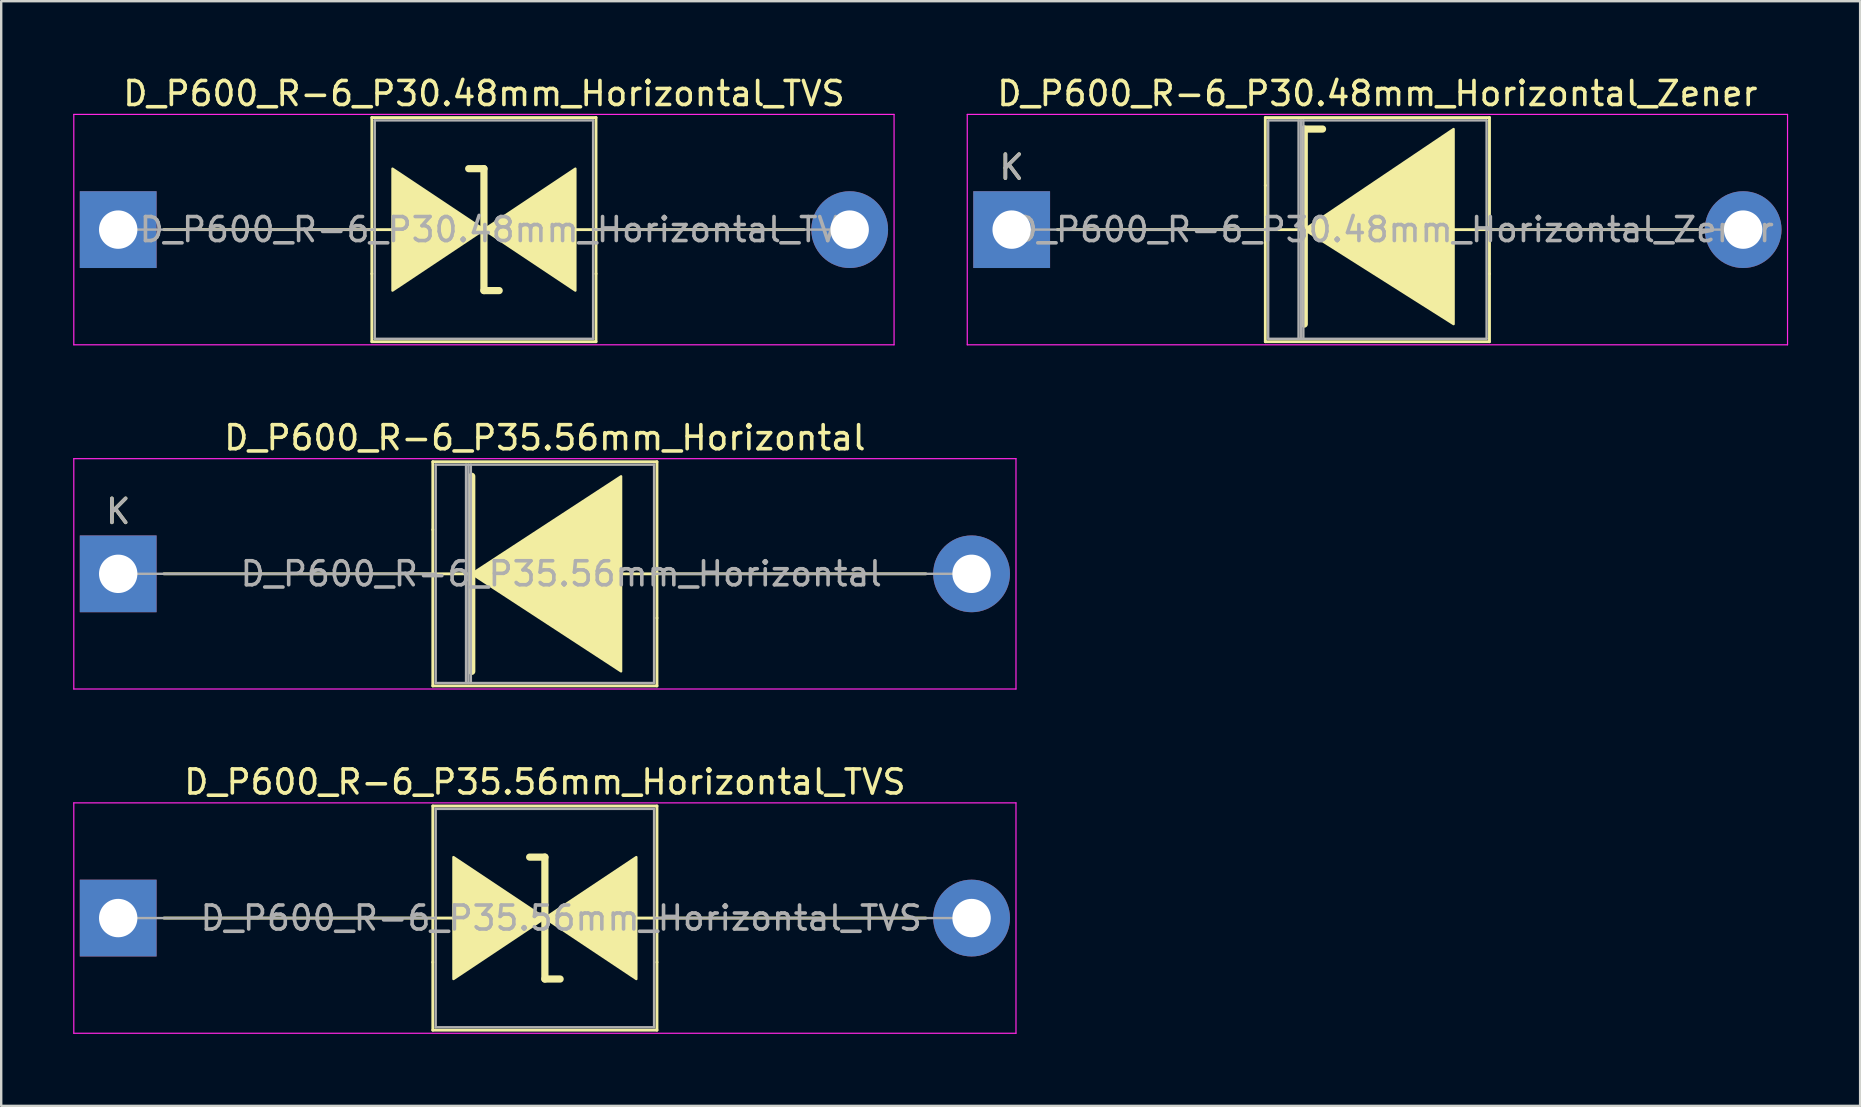
<source format=kicad_pcb>
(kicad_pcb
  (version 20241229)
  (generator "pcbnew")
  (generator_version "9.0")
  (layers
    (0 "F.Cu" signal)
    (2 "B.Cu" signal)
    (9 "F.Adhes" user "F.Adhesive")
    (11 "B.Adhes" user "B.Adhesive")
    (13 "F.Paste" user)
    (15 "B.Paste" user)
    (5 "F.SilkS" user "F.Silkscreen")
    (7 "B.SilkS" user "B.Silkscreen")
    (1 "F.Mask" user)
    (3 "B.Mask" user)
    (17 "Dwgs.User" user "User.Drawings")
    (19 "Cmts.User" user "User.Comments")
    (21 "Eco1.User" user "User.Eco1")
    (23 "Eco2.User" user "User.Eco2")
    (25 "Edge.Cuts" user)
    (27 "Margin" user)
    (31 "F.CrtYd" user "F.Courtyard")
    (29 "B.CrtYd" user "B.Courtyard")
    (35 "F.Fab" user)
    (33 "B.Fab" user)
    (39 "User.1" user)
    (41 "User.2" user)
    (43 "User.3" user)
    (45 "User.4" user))
  (footprint "D_P600_R-6_P30.48mm_Horizontal_TVS"
    (layer "F.Cu")
    (at 1.875 6.518)
    (property "Reference" "D_P600_R-6_P30.48mm_Horizontal_TVS" (at 15.24 -5.67 0) (layer "F.SilkS") (effects (font (size 1 1) (thickness 0.15))))
    (attr through_hole)
    (fp_line (start 1.905 0) (end 11.43 0) (stroke (width 0.12) (type solid)) (layer "F.SilkS"))
    (fp_line (start 10.57 -4.67) (end 19.91 -4.67) (stroke (width 0.12) (type solid)) (layer "F.SilkS"))
    (fp_line (start 10.57 1.84) (end 10.57 -4.67) (stroke (width 0.12) (type solid)) (layer "F.SilkS"))
    (fp_line (start 10.57 1.84) (end 10.57 4.67) (stroke (width 0.12) (type solid)) (layer "F.SilkS"))
    (fp_line (start 10.57 4.67) (end 19.91 4.67) (stroke (width 0.12) (type solid)) (layer "F.SilkS"))
    (fp_line (start 15.24 -2.54) (end 14.605 -2.54) (stroke (width 0.3) (type solid)) (layer "F.SilkS"))
    (fp_line (start 15.24 2.54) (end 15.24 -2.54) (stroke (width 0.3) (type solid)) (layer "F.SilkS"))
    (fp_line (start 15.875 2.54) (end 15.24 2.54) (stroke (width 0.3) (type solid)) (layer "F.SilkS"))
    (fp_line (start 19.91 -4.67) (end 19.91 1.84) (stroke (width 0.12) (type solid)) (layer "F.SilkS"))
    (fp_line (start 19.91 4.67) (end 19.91 1.84) (stroke (width 0.12) (type solid)) (layer "F.SilkS"))
    (fp_line (start 28.575 0) (end 19.05 0) (stroke (width 0.12) (type solid)) (layer "F.SilkS"))
    (fp_poly (pts (xy 15.24 0) (xy 11.43 2.54) (xy 11.43 -2.54)) (stroke (width 0.1) (type solid)) (fill yes) (layer "F.SilkS"))
    (fp_poly (pts (xy 15.24 0) (xy 19.05 -2.54) (xy 19.05 2.54)) (stroke (width 0.1) (type solid)) (fill yes) (layer "F.SilkS"))
    (fp_line (start -1.85 -4.8) (end -1.85 4.8) (stroke (width 0.05) (type solid)) (layer "F.CrtYd"))
    (fp_line (start -1.85 4.8) (end 32.33 4.8) (stroke (width 0.05) (type solid)) (layer "F.CrtYd"))
    (fp_line (start 32.33 -4.8) (end -1.85 -4.8) (stroke (width 0.05) (type solid)) (layer "F.CrtYd"))
    (fp_line (start 32.33 4.8) (end 32.33 -4.8) (stroke (width 0.05) (type solid)) (layer "F.CrtYd"))
    (fp_line (start 0 0) (end 10.69 0) (stroke (width 0.1) (type solid)) (layer "F.Fab"))
    (fp_line (start 10.69 -4.55) (end 10.69 4.55) (stroke (width 0.1) (type solid)) (layer "F.Fab"))
    (fp_line (start 10.69 4.55) (end 19.79 4.55) (stroke (width 0.1) (type solid)) (layer "F.Fab"))
    (fp_line (start 19.79 -4.55) (end 10.69 -4.55) (stroke (width 0.1) (type solid)) (layer "F.Fab"))
    (fp_line (start 19.79 4.55) (end 19.79 -4.55) (stroke (width 0.1) (type solid)) (layer "F.Fab"))
    (fp_line (start 30.48 0) (end 19.79 0) (stroke (width 0.1) (type solid)) (layer "F.Fab"))
    (fp_text user "${REFERENCE}" (at 15.922 0 0) (layer "F.Fab") (effects (font (size 1 1) (thickness 0.15))))
    (pad "1" thru_hole rect (at 0 0) (size 3.2 3.2) (drill 1.6) (layers "*.Cu" "*.Mask"))
    (pad "2" thru_hole oval (at 30.48 0) (size 3.2 3.2) (drill 1.6) (layers "*.Cu" "*.Mask")))
  (footprint "D_P600_R-6_P30.48mm_Horizontal_Zener"
    (layer "F.Cu")
    (at 39.105 6.518)
    (property "Reference" "D_P600_R-6_P30.48mm_Horizontal_Zener" (at 15.24 -5.67 0) (layer "F.SilkS") (effects (font (size 1 1) (thickness 0.15))))
    (attr through_hole)
    (fp_line (start 10.57 -4.67) (end 19.91 -4.67) (stroke (width 0.12) (type solid)) (layer "F.SilkS"))
    (fp_line (start 10.57 -1.84) (end 10.57 -4.67) (stroke (width 0.12) (type solid)) (layer "F.SilkS"))
    (fp_line (start 10.57 -1.84) (end 10.57 4.67) (stroke (width 0.12) (type solid)) (layer "F.SilkS"))
    (fp_line (start 10.57 4.67) (end 19.91 4.67) (stroke (width 0.12) (type solid)) (layer "F.SilkS"))
    (fp_line (start 12.065 0) (end 1.905 0) (stroke (width 0.12) (type solid)) (layer "F.SilkS"))
    (fp_line (start 12.192 -4.191) (end 12.192 3.937) (stroke (width 0.3) (type solid)) (layer "F.SilkS"))
    (fp_line (start 12.192 -4.191) (end 12.954 -4.191) (stroke (width 0.3) (type solid)) (layer "F.SilkS"))
    (fp_line (start 18.288 0) (end 28.575 0) (stroke (width 0.12) (type solid)) (layer "F.SilkS"))
    (fp_line (start 19.91 -4.67) (end 19.91 1.84) (stroke (width 0.12) (type solid)) (layer "F.SilkS"))
    (fp_line (start 19.91 4.67) (end 19.91 1.84) (stroke (width 0.12) (type solid)) (layer "F.SilkS"))
    (fp_poly (pts (xy 18.415 3.937) (xy 12.192 0) (xy 18.415 -4.191)) (stroke (width 0.1) (type solid)) (fill yes) (layer "F.SilkS"))
    (fp_line (start -1.85 -4.8) (end -1.85 4.8) (stroke (width 0.05) (type solid)) (layer "F.CrtYd"))
    (fp_line (start -1.85 4.8) (end 32.33 4.8) (stroke (width 0.05) (type solid)) (layer "F.CrtYd"))
    (fp_line (start 32.33 -4.8) (end -1.85 -4.8) (stroke (width 0.05) (type solid)) (layer "F.CrtYd"))
    (fp_line (start 32.33 4.8) (end 32.33 -4.8) (stroke (width 0.05) (type solid)) (layer "F.CrtYd"))
    (fp_line (start 0 0) (end 10.69 0) (stroke (width 0.1) (type solid)) (layer "F.Fab"))
    (fp_line (start 10.69 -4.55) (end 10.69 4.55) (stroke (width 0.1) (type solid)) (layer "F.Fab"))
    (fp_line (start 10.69 4.55) (end 19.79 4.55) (stroke (width 0.1) (type solid)) (layer "F.Fab"))
    (fp_line (start 11.955 -4.55) (end 11.955 4.55) (stroke (width 0.1) (type solid)) (layer "F.Fab"))
    (fp_line (start 12.055 -4.55) (end 12.055 4.55) (stroke (width 0.1) (type solid)) (layer "F.Fab"))
    (fp_line (start 12.155 -4.55) (end 12.155 4.55) (stroke (width 0.1) (type solid)) (layer "F.Fab"))
    (fp_line (start 19.79 -4.55) (end 10.69 -4.55) (stroke (width 0.1) (type solid)) (layer "F.Fab"))
    (fp_line (start 19.79 4.55) (end 19.79 -4.55) (stroke (width 0.1) (type solid)) (layer "F.Fab"))
    (fp_line (start 30.48 0) (end 19.79 0) (stroke (width 0.1) (type solid)) (layer "F.Fab"))
    (fp_text user "K" (at 0 -2.6 0) (layer "F.SilkS") (effects (font (size 1 1) (thickness 0.15))))
    (fp_text user "K" (at 0 -2.6 0) (layer "F.Fab") (effects (font (size 1 1) (thickness 0.15))))
    (fp_text user "${REFERENCE}" (at 15.922 0 0) (layer "F.Fab") (effects (font (size 1 1) (thickness 0.15))))
    (pad "1" thru_hole rect (at 0 0) (size 3.2 3.2) (drill 1.6) (layers "*.Cu" "*.Mask"))
    (pad "2" thru_hole oval (at 30.48 0) (size 3.2 3.2) (drill 1.6) (layers "*.Cu" "*.Mask")))
  (footprint "D_P600_R-6_P35.56mm_Horizontal_TVS"
    (layer "F.Cu")
    (at 1.875 35.205)
    (property "Reference" "D_P600_R-6_P35.56mm_Horizontal_TVS" (at 17.78 -5.67 0) (layer "F.SilkS") (effects (font (size 1 1) (thickness 0.15))))
    (attr through_hole)
    (fp_line (start 1.905 0) (end 13.97 0) (stroke (width 0.12) (type solid)) (layer "F.SilkS"))
    (fp_line (start 13.11 -4.67) (end 22.45 -4.67) (stroke (width 0.12) (type solid)) (layer "F.SilkS"))
    (fp_line (start 13.11 1.84) (end 13.11 -4.67) (stroke (width 0.12) (type solid)) (layer "F.SilkS"))
    (fp_line (start 13.11 1.84) (end 13.11 4.67) (stroke (width 0.12) (type solid)) (layer "F.SilkS"))
    (fp_line (start 13.11 4.67) (end 22.45 4.67) (stroke (width 0.12) (type solid)) (layer "F.SilkS"))
    (fp_line (start 17.78 -2.54) (end 17.145 -2.54) (stroke (width 0.3) (type solid)) (layer "F.SilkS"))
    (fp_line (start 17.78 2.54) (end 17.78 -2.54) (stroke (width 0.3) (type solid)) (layer "F.SilkS"))
    (fp_line (start 18.415 2.54) (end 17.78 2.54) (stroke (width 0.3) (type solid)) (layer "F.SilkS"))
    (fp_line (start 22.45 -4.67) (end 22.45 1.84) (stroke (width 0.12) (type solid)) (layer "F.SilkS"))
    (fp_line (start 22.45 4.67) (end 22.45 1.84) (stroke (width 0.12) (type solid)) (layer "F.SilkS"))
    (fp_line (start 33.655 0) (end 21.59 0) (stroke (width 0.12) (type solid)) (layer "F.SilkS"))
    (fp_poly (pts (xy 17.78 0) (xy 13.97 2.54) (xy 13.97 -2.54)) (stroke (width 0.1) (type solid)) (fill yes) (layer "F.SilkS"))
    (fp_poly (pts (xy 17.78 0) (xy 21.59 -2.54) (xy 21.59 2.54)) (stroke (width 0.1) (type solid)) (fill yes) (layer "F.SilkS"))
    (fp_line (start -1.85 -4.8) (end -1.85 4.8) (stroke (width 0.05) (type solid)) (layer "F.CrtYd"))
    (fp_line (start -1.85 4.8) (end 37.41 4.8) (stroke (width 0.05) (type solid)) (layer "F.CrtYd"))
    (fp_line (start 37.41 -4.8) (end -1.85 -4.8) (stroke (width 0.05) (type solid)) (layer "F.CrtYd"))
    (fp_line (start 37.41 4.8) (end 37.41 -4.8) (stroke (width 0.05) (type solid)) (layer "F.CrtYd"))
    (fp_line (start 0 0) (end 13.23 0) (stroke (width 0.1) (type solid)) (layer "F.Fab"))
    (fp_line (start 13.23 -4.55) (end 13.23 4.55) (stroke (width 0.1) (type solid)) (layer "F.Fab"))
    (fp_line (start 13.23 4.55) (end 22.33 4.55) (stroke (width 0.1) (type solid)) (layer "F.Fab"))
    (fp_line (start 22.33 -4.55) (end 13.23 -4.55) (stroke (width 0.1) (type solid)) (layer "F.Fab"))
    (fp_line (start 22.33 4.55) (end 22.33 -4.55) (stroke (width 0.1) (type solid)) (layer "F.Fab"))
    (fp_line (start 35.56 0) (end 22.33 0) (stroke (width 0.1) (type solid)) (layer "F.Fab"))
    (fp_text user "${REFERENCE}" (at 18.462 0 0) (layer "F.Fab") (effects (font (size 1 1) (thickness 0.15))))
    (pad "1" thru_hole rect (at 0 0) (size 3.2 3.2) (drill 1.6) (layers "*.Cu" "*.Mask"))
    (pad "2" thru_hole oval (at 35.56 0) (size 3.2 3.2) (drill 1.6) (layers "*.Cu" "*.Mask")))
  (footprint "D_P600_R-6_P35.56mm_Horizontal"
    (layer "F.Cu")
    (at 1.875 20.861)
    (property "Reference" "D_P600_R-6_P35.56mm_Horizontal" (at 17.78 -5.67 0) (layer "F.SilkS") (effects (font (size 1 1) (thickness 0.15))))
    (attr through_hole)
    (fp_line (start 13.11 -4.67) (end 22.45 -4.67) (stroke (width 0.12) (type solid)) (layer "F.SilkS"))
    (fp_line (start 13.11 -1.84) (end 13.11 -4.67) (stroke (width 0.12) (type solid)) (layer "F.SilkS"))
    (fp_line (start 13.11 -1.84) (end 13.11 4.67) (stroke (width 0.12) (type solid)) (layer "F.SilkS"))
    (fp_line (start 13.11 4.67) (end 22.45 4.67) (stroke (width 0.12) (type solid)) (layer "F.SilkS"))
    (fp_line (start 14.605 0) (end 1.905 0) (stroke (width 0.12) (type solid)) (layer "F.SilkS"))
    (fp_line (start 14.732 -4.064) (end 14.732 4.064) (stroke (width 0.3) (type solid)) (layer "F.SilkS"))
    (fp_line (start 20.828 0) (end 33.655 0) (stroke (width 0.12) (type solid)) (layer "F.SilkS"))
    (fp_line (start 22.45 -4.67) (end 22.45 1.84) (stroke (width 0.12) (type solid)) (layer "F.SilkS"))
    (fp_line (start 22.45 4.67) (end 22.45 1.84) (stroke (width 0.12) (type solid)) (layer "F.SilkS"))
    (fp_poly (pts (xy 20.955 4.064) (xy 14.732 0) (xy 20.955 -4.064)) (stroke (width 0.1) (type solid)) (fill yes) (layer "F.SilkS"))
    (fp_line (start -1.85 -4.8) (end -1.85 4.8) (stroke (width 0.05) (type solid)) (layer "F.CrtYd"))
    (fp_line (start -1.85 4.8) (end 37.41 4.8) (stroke (width 0.05) (type solid)) (layer "F.CrtYd"))
    (fp_line (start 37.41 -4.8) (end -1.85 -4.8) (stroke (width 0.05) (type solid)) (layer "F.CrtYd"))
    (fp_line (start 37.41 4.8) (end 37.41 -4.8) (stroke (width 0.05) (type solid)) (layer "F.CrtYd"))
    (fp_line (start 0 0) (end 13.23 0) (stroke (width 0.1) (type solid)) (layer "F.Fab"))
    (fp_line (start 13.23 -4.55) (end 13.23 4.55) (stroke (width 0.1) (type solid)) (layer "F.Fab"))
    (fp_line (start 13.23 4.55) (end 22.33 4.55) (stroke (width 0.1) (type solid)) (layer "F.Fab"))
    (fp_line (start 14.495 -4.55) (end 14.495 4.55) (stroke (width 0.1) (type solid)) (layer "F.Fab"))
    (fp_line (start 14.595 -4.55) (end 14.595 4.55) (stroke (width 0.1) (type solid)) (layer "F.Fab"))
    (fp_line (start 14.695 -4.55) (end 14.695 4.55) (stroke (width 0.1) (type solid)) (layer "F.Fab"))
    (fp_line (start 22.33 -4.55) (end 13.23 -4.55) (stroke (width 0.1) (type solid)) (layer "F.Fab"))
    (fp_line (start 22.33 4.55) (end 22.33 -4.55) (stroke (width 0.1) (type solid)) (layer "F.Fab"))
    (fp_line (start 35.56 0) (end 22.33 0) (stroke (width 0.1) (type solid)) (layer "F.Fab"))
    (fp_text user "K" (at 0 -2.6 0) (layer "F.SilkS") (effects (font (size 1 1) (thickness 0.15))))
    (fp_text user "K" (at 0 -2.6 0) (layer "F.Fab") (effects (font (size 1 1) (thickness 0.15))))
    (fp_text user "${REFERENCE}" (at 18.462 0 0) (layer "F.Fab") (effects (font (size 1 1) (thickness 0.15))))
    (pad "1" thru_hole rect (at 0 0) (size 3.2 3.2) (drill 1.6) (layers "*.Cu" "*.Mask"))
    (pad "2" thru_hole oval (at 35.56 0) (size 3.2 3.2) (drill 1.6) (layers "*.Cu" "*.Mask")))
  (gr_rect
    (start -3 -3)
    (end 74.46 43.03)
    (stroke (width 0.1) (type default))
    (fill no)
    (layer "Edge.Cuts")))
</source>
